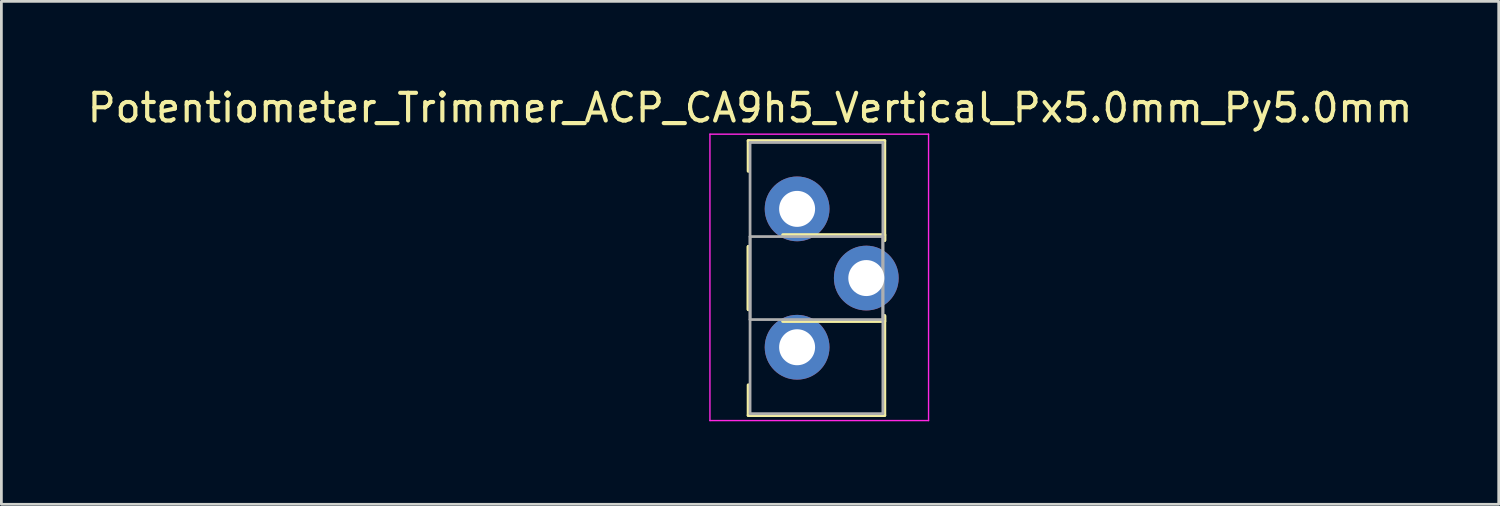
<source format=kicad_pcb>
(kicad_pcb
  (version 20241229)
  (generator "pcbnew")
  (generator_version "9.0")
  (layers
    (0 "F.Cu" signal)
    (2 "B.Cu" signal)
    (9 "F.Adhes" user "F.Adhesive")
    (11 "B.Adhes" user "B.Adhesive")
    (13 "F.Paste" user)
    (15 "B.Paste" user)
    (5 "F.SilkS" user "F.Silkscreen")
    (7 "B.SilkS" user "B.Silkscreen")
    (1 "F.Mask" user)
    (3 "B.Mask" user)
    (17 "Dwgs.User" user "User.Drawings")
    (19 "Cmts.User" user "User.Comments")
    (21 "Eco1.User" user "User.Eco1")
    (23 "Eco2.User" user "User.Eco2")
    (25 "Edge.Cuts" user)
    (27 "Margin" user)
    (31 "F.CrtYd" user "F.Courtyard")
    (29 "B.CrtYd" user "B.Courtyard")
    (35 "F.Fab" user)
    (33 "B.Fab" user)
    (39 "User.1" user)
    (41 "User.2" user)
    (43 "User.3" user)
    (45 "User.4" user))
  (footprint "Potentiometer_Trimmer_ACP_CA9h5_Vertical_Px5.0mm_Py5.0mm"
    (layer "F.Cu")
    (at 24.054 4.498)
    (property "Reference" "Potentiometer_Trimmer_ACP_CA9h5_Vertical_Px5.0mm_Py5.0mm" (at 0 -3.65 0) (layer "F.SilkS") (effects (font (size 1 1) (thickness 0.15))))
    (attr through_hole)
    (fp_line (start -0.061 -2.461) (end -0.061 -1.365) (stroke (width 0.12) (type solid)) (layer "F.SilkS"))
    (fp_line (start -0.061 -2.461) (end 4.86 -2.461) (stroke (width 0.12) (type solid)) (layer "F.SilkS"))
    (fp_line (start -0.061 1.365) (end -0.061 3.635) (stroke (width 0.12) (type solid)) (layer "F.SilkS"))
    (fp_line (start -0.061 1.365) (end -0.061 3.635) (stroke (width 0.12) (type solid)) (layer "F.SilkS"))
    (fp_line (start -0.061 6.365) (end -0.061 7.46) (stroke (width 0.12) (type solid)) (layer "F.SilkS"))
    (fp_line (start -0.061 7.46) (end 4.86 7.46) (stroke (width 0.12) (type solid)) (layer "F.SilkS"))
    (fp_line (start 1.185 0.94) (end 4.86 0.94) (stroke (width 0.12) (type solid)) (layer "F.SilkS"))
    (fp_line (start 1.185 4.061) (end 4.86 4.061) (stroke (width 0.12) (type solid)) (layer "F.SilkS"))
    (fp_line (start 4.86 -2.461) (end 4.86 1.135) (stroke (width 0.12) (type solid)) (layer "F.SilkS"))
    (fp_line (start 4.86 0.94) (end 4.86 1.135) (stroke (width 0.12) (type solid)) (layer "F.SilkS"))
    (fp_line (start 4.86 3.865) (end 4.86 4.061) (stroke (width 0.12) (type solid)) (layer "F.SilkS"))
    (fp_line (start 4.86 3.865) (end 4.86 7.46) (stroke (width 0.12) (type solid)) (layer "F.SilkS"))
    (fp_line (start -1.45 -2.7) (end -1.45 7.65) (stroke (width 0.05) (type solid)) (layer "F.CrtYd"))
    (fp_line (start -1.45 7.65) (end 6.45 7.65) (stroke (width 0.05) (type solid)) (layer "F.CrtYd"))
    (fp_line (start 6.45 -2.7) (end -1.45 -2.7) (stroke (width 0.05) (type solid)) (layer "F.CrtYd"))
    (fp_line (start 6.45 7.65) (end 6.45 -2.7) (stroke (width 0.05) (type solid)) (layer "F.CrtYd"))
    (fp_line (start 0 -2.4) (end 4.8 -2.4) (stroke (width 0.1) (type solid)) (layer "F.Fab"))
    (fp_line (start 0 1) (end 0 4) (stroke (width 0.1) (type solid)) (layer "F.Fab"))
    (fp_line (start 0 4) (end 4.8 4) (stroke (width 0.1) (type solid)) (layer "F.Fab"))
    (fp_line (start 0 7.4) (end 0 -2.4) (stroke (width 0.1) (type solid)) (layer "F.Fab"))
    (fp_line (start 4.8 -2.4) (end 4.8 7.4) (stroke (width 0.1) (type solid)) (layer "F.Fab"))
    (fp_line (start 4.8 1) (end 0 1) (stroke (width 0.1) (type solid)) (layer "F.Fab"))
    (fp_line (start 4.8 4) (end 4.8 1) (stroke (width 0.1) (type solid)) (layer "F.Fab"))
    (fp_line (start 4.8 7.4) (end 0 7.4) (stroke (width 0.1) (type solid)) (layer "F.Fab"))
    (pad "1" thru_hole circle (at 1.7 0) (size 2.34 2.34) (drill 1.3) (layers "*.Cu" "*.Mask"))
    (pad "2" thru_hole circle (at 4.2 2.5) (size 2.34 2.34) (drill 1.3) (layers "*.Cu" "*.Mask"))
    (pad "3" thru_hole circle (at 1.7 5) (size 2.34 2.34) (drill 1.3) (layers "*.Cu" "*.Mask")))
  (gr_rect
    (start -3 -3)
    (end 51.107 15.173)
    (stroke (width 0.1) (type default))
    (fill no)
    (layer "Edge.Cuts")))
</source>
